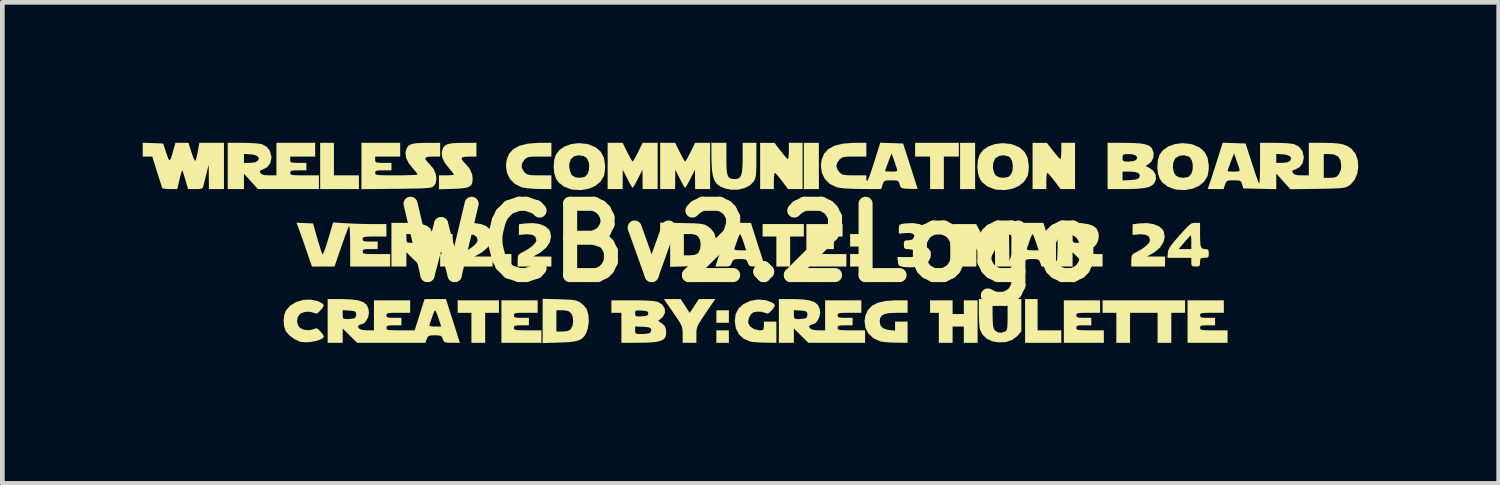
<source format=kicad_pcb>
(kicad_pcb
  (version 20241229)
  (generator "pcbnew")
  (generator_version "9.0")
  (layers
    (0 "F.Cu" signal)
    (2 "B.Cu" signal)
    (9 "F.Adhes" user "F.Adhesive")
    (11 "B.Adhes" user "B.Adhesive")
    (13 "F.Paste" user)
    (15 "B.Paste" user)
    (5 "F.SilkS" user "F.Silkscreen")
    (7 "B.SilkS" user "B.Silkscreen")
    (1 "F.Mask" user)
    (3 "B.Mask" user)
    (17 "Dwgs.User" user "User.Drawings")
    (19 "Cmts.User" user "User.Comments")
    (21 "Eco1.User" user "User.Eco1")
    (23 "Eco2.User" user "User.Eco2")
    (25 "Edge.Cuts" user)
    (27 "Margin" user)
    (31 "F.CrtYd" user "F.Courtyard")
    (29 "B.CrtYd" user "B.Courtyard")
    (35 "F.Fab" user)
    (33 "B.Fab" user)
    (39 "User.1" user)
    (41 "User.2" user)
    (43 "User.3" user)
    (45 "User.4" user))
  (footprint "WCBv2.2Logo"
    (layer "F.Cu")
    (at 12.98 2.139)
    (property "Reference" "WCBv2.2Logo" (at 0 0 0) (layer "F.SilkS") (effects (font (size 1.524 1.524) (thickness 0.3))))
    (attr board_only exclude_from_pos_files exclude_from_bom)
    (fp_poly (pts (xy -6.357 0.08) (xy -6.624 0.08) (xy -6.624 -0.187) (xy -6.357 -0.187)) (stroke (width 0) (type solid)) (fill yes) (layer "F.SilkS"))
    (fp_poly (pts (xy -6.357 0.507) (xy -6.624 0.507) (xy -6.624 0.24) (xy -6.357 0.24)) (stroke (width 0) (type solid)) (fill yes) (layer "F.SilkS"))
    (fp_poly (pts (xy -5.101 0.507) (xy -5.368 0.507) (xy -5.368 0.24) (xy -5.101 0.24)) (stroke (width 0) (type solid)) (fill yes) (layer "F.SilkS"))
    (fp_poly (pts (xy -0.454 1.709) (xy -0.721 1.709) (xy -0.721 1.442) (xy -0.454 1.442)) (stroke (width 0) (type solid)) (fill yes) (layer "F.SilkS"))
    (fp_poly (pts (xy -0.454 2.137) (xy -0.721 2.137) (xy -0.721 1.87) (xy -0.454 1.87)) (stroke (width 0) (type solid)) (fill yes) (layer "F.SilkS"))
    (fp_poly (pts (xy 1.469 -1.148) (xy 1.148 -1.148) (xy 1.148 -2.137) (xy 1.469 -2.137)) (stroke (width 0) (type solid)) (fill yes) (layer "F.SilkS"))
    (fp_poly (pts (xy 2.404 0.08) (xy 2.137 0.08) (xy 2.137 -0.187) (xy 2.404 -0.187)) (stroke (width 0) (type solid)) (fill yes) (layer "F.SilkS"))
    (fp_poly (pts (xy 2.404 0.507) (xy 2.137 0.507) (xy 2.137 0.24) (xy 2.404 0.24)) (stroke (width 0) (type solid)) (fill yes) (layer "F.SilkS"))
    (fp_poly (pts (xy 4.808 -1.148) (xy 4.487 -1.148) (xy 4.487 -2.137) (xy 4.808 -2.137)) (stroke (width 0) (type solid)) (fill yes) (layer "F.SilkS"))
    (fp_poly (pts (xy -8.894 -1.442) (xy -8.36 -1.442) (xy -8.36 -1.148) (xy -9.188 -1.148) (xy -9.188 -2.137) (xy -8.894 -2.137)) (stroke (width 0) (type solid)) (fill yes) (layer "F.SilkS"))
    (fp_poly (pts (xy 6.143 1.87) (xy 6.65 1.87) (xy 6.65 2.137) (xy 5.876 2.137) (xy 5.876 1.202) (xy 6.143 1.202)) (stroke (width 0) (type solid)) (fill yes) (layer "F.SilkS"))
    (fp_poly (pts (xy -5.368 1.496) (xy -5.662 1.496) (xy -5.662 2.137) (xy -5.956 2.137) (xy -5.956 1.496) (xy -6.25 1.496) (xy -6.25 1.229) (xy -5.368 1.229)) (stroke (width 0) (type solid)) (fill yes) (layer "F.SilkS"))
    (fp_poly (pts (xy 1.148 -0.134) (xy 0.855 -0.134) (xy 0.855 0.507) (xy 0.561 0.507) (xy 0.561 -0.134) (xy 0.267 -0.134) (xy 0.267 -0.401) (xy 1.148 -0.401)) (stroke (width 0) (type solid)) (fill yes) (layer "F.SilkS"))
    (fp_poly (pts (xy 4.46 -1.843) (xy 4.14 -1.843) (xy 4.14 -1.148) (xy 3.846 -1.148) (xy 3.846 -1.843) (xy 3.526 -1.843) (xy 3.526 -2.137) (xy 4.46 -2.137)) (stroke (width 0) (type solid)) (fill yes) (layer "F.SilkS"))
    (fp_poly (pts (xy 9.295 1.496) (xy 9.001 1.496) (xy 9.001 2.137) (xy 8.707 2.137) (xy 8.707 1.496) (xy 8.119 1.496) (xy 8.119 2.137) (xy 7.826 2.137) (xy 7.826 1.496) (xy 7.532 1.496) (xy 7.532 1.229) (xy 9.295 1.229)) (stroke (width 0) (type solid)) (fill yes) (layer "F.SilkS"))
    (fp_poly (pts (xy 4.327 1.522) (xy 4.567 1.522) (xy 4.567 1.229) (xy 4.861 1.229) (xy 4.861 2.137) (xy 4.567 2.137) (xy 4.567 1.789) (xy 4.327 1.789) (xy 4.327 2.137) (xy 4.033 2.137) (xy 4.033 1.496) (xy 3.846 1.496) (xy 3.846 1.229) (xy 4.327 1.229)) (stroke (width 0) (type solid)) (fill yes) (layer "F.SilkS"))
    (fp_poly (pts (xy 1.122 -1.148) (xy 0.811 -1.148) (xy 0.68 -1.322) (xy 0.617 -1.403) (xy 0.565 -1.463) (xy 0.533 -1.494) (xy 0.528 -1.496) (xy 0.518 -1.471) (xy 0.51 -1.408) (xy 0.507 -1.322) (xy 0.507 -1.148) (xy 0.214 -1.148) (xy 0.214 -2.137) (xy 0.521 -2.135) (xy 0.654 -1.962) (xy 0.718 -1.882) (xy 0.771 -1.822) (xy 0.803 -1.791) (xy 0.808 -1.789) (xy 0.818 -1.814) (xy 0.825 -1.878) (xy 0.828 -1.963) (xy 0.828 -2.137) (xy 1.122 -2.137)) (stroke (width 0) (type solid)) (fill yes) (layer "F.SilkS"))
    (fp_poly (pts (xy 6.944 -1.148) (xy 6.634 -1.148) (xy 6.503 -1.322) (xy 6.439 -1.403) (xy 6.387 -1.463) (xy 6.355 -1.494) (xy 6.351 -1.496) (xy 6.34 -1.471) (xy 6.333 -1.408) (xy 6.33 -1.322) (xy 6.33 -1.148) (xy 6.036 -1.148) (xy 6.036 -2.137) (xy 6.19 -2.136) (xy 6.343 -2.135) (xy 6.477 -1.962) (xy 6.541 -1.882) (xy 6.593 -1.822) (xy 6.626 -1.791) (xy 6.63 -1.789) (xy 6.64 -1.814) (xy 6.648 -1.878) (xy 6.65 -1.963) (xy 6.65 -2.137) (xy 6.944 -2.137)) (stroke (width 0) (type solid)) (fill yes) (layer "F.SilkS"))
    (fp_poly (pts (xy -0.947 1.499) (xy -1.028 1.619) (xy -1.084 1.707) (xy -1.119 1.772) (xy -1.138 1.827) (xy -1.147 1.881) (xy -1.148 1.947) (xy -1.148 1.966) (xy -1.148 2.137) (xy -1.442 2.137) (xy -1.442 1.96) (xy -1.443 1.888) (xy -1.449 1.83) (xy -1.464 1.777) (xy -1.495 1.716) (xy -1.544 1.637) (xy -1.618 1.529) (xy -1.642 1.493) (xy -1.842 1.202) (xy -1.662 1.202) (xy -1.482 1.203) (xy -1.387 1.35) (xy -1.291 1.498) (xy -1.193 1.35) (xy -1.095 1.202) (xy -0.745 1.202)) (stroke (width 0) (type solid)) (fill yes) (layer "F.SilkS"))
    (fp_poly (pts (xy -4.54 1.496) (xy -4.794 1.496) (xy -4.912 1.496) (xy -4.987 1.5) (xy -5.027 1.509) (xy -5.045 1.525) (xy -5.048 1.549) (xy -5.042 1.579) (xy -5.016 1.595) (xy -4.959 1.602) (xy -4.888 1.603) (xy -4.727 1.603) (xy -4.727 1.763) (xy -4.888 1.763) (xy -4.977 1.765) (xy -5.026 1.773) (xy -5.045 1.793) (xy -5.048 1.816) (xy -5.045 1.84) (xy -5.028 1.855) (xy -4.99 1.864) (xy -4.92 1.868) (xy -4.81 1.87) (xy -4.754 1.87) (xy -4.46 1.87) (xy -4.46 2.137) (xy -5.315 2.137) (xy -5.315 1.229) (xy -4.54 1.229)) (stroke (width 0) (type solid)) (fill yes) (layer "F.SilkS"))
    (fp_poly (pts (xy 1.976 -0.134) (xy 1.723 -0.134) (xy 1.605 -0.133) (xy 1.53 -0.129) (xy 1.49 -0.12) (xy 1.472 -0.104) (xy 1.469 -0.08) (xy 1.475 -0.05) (xy 1.501 -0.034) (xy 1.558 -0.028) (xy 1.629 -0.027) (xy 1.789 -0.027) (xy 1.789 0.134) (xy 1.629 0.134) (xy 1.54 0.135) (xy 1.491 0.144) (xy 1.472 0.163) (xy 1.469 0.187) (xy 1.472 0.21) (xy 1.489 0.226) (xy 1.527 0.235) (xy 1.597 0.239) (xy 1.707 0.24) (xy 1.763 0.24) (xy 2.057 0.24) (xy 2.057 0.507) (xy 1.202 0.507) (xy 1.202 -0.401) (xy 1.976 -0.401)) (stroke (width 0) (type solid)) (fill yes) (layer "F.SilkS"))
    (fp_poly (pts (xy 7.478 1.496) (xy 7.225 1.496) (xy 7.107 1.496) (xy 7.032 1.5) (xy 6.992 1.509) (xy 6.974 1.525) (xy 6.971 1.549) (xy 6.977 1.579) (xy 7.003 1.595) (xy 7.06 1.602) (xy 7.131 1.603) (xy 7.291 1.603) (xy 7.291 1.763) (xy 7.131 1.763) (xy 7.042 1.765) (xy 6.993 1.773) (xy 6.974 1.793) (xy 6.971 1.816) (xy 6.974 1.84) (xy 6.991 1.855) (xy 7.029 1.864) (xy 7.099 1.868) (xy 7.209 1.87) (xy 7.265 1.87) (xy 7.559 1.87) (xy 7.559 2.137) (xy 6.704 2.137) (xy 6.704 1.229) (xy 7.478 1.229)) (stroke (width 0) (type solid)) (fill yes) (layer "F.SilkS"))
    (fp_poly (pts (xy 10.123 1.496) (xy 9.869 1.496) (xy 9.751 1.496) (xy 9.677 1.5) (xy 9.636 1.509) (xy 9.619 1.525) (xy 9.615 1.549) (xy 9.621 1.579) (xy 9.647 1.595) (xy 9.704 1.602) (xy 9.775 1.603) (xy 9.936 1.603) (xy 9.936 1.763) (xy 9.775 1.763) (xy 9.686 1.765) (xy 9.638 1.773) (xy 9.618 1.793) (xy 9.615 1.816) (xy 9.619 1.84) (xy 9.635 1.855) (xy 9.673 1.864) (xy 9.743 1.868) (xy 9.854 1.87) (xy 9.909 1.87) (xy 10.203 1.87) (xy 10.203 2.137) (xy 9.348 2.137) (xy 9.348 1.229) (xy 10.123 1.229)) (stroke (width 0) (type solid)) (fill yes) (layer "F.SilkS"))
    (fp_poly (pts (xy -2.625 -1.936) (xy -2.578 -1.845) (xy -2.539 -1.775) (xy -2.515 -1.739) (xy -2.511 -1.736) (xy -2.493 -1.758) (xy -2.458 -1.818) (xy -2.413 -1.903) (xy -2.397 -1.936) (xy -2.297 -2.137) (xy -1.976 -2.137) (xy -1.976 -1.148) (xy -2.297 -1.148) (xy -2.299 -1.355) (xy -2.3 -1.562) (xy -2.398 -1.369) (xy -2.445 -1.279) (xy -2.483 -1.212) (xy -2.507 -1.177) (xy -2.511 -1.175) (xy -2.529 -1.197) (xy -2.564 -1.256) (xy -2.609 -1.34) (xy -2.623 -1.369) (xy -2.721 -1.562) (xy -2.723 -1.355) (xy -2.724 -1.148) (xy -3.045 -1.148) (xy -3.045 -2.137) (xy -2.724 -2.137)) (stroke (width 0) (type solid)) (fill yes) (layer "F.SilkS"))
    (fp_poly (pts (xy -1.503 -1.936) (xy -1.456 -1.845) (xy -1.417 -1.775) (xy -1.393 -1.739) (xy -1.389 -1.736) (xy -1.371 -1.758) (xy -1.336 -1.818) (xy -1.292 -1.903) (xy -1.275 -1.936) (xy -1.176 -2.137) (xy -0.855 -2.137) (xy -0.855 -1.148) (xy -1.175 -1.148) (xy -1.177 -1.355) (xy -1.178 -1.562) (xy -1.276 -1.369) (xy -1.323 -1.279) (xy -1.362 -1.212) (xy -1.386 -1.177) (xy -1.389 -1.175) (xy -1.407 -1.197) (xy -1.442 -1.256) (xy -1.487 -1.34) (xy -1.502 -1.369) (xy -1.599 -1.562) (xy -1.601 -1.355) (xy -1.603 -1.148) (xy -1.923 -1.148) (xy -1.923 -2.137) (xy -1.602 -2.137)) (stroke (width 0) (type solid)) (fill yes) (layer "F.SilkS"))
    (fp_poly (pts (xy -5.75 -0.401) (xy -5.632 -0.353) (xy -5.551 -0.281) (xy -5.529 -0.242) (xy -5.509 -0.128) (xy -5.537 -0.011) (xy -5.61 0.1) (xy -5.724 0.199) (xy -5.794 0.241) (xy -5.889 0.291) (xy -5.696 0.293) (xy -5.502 0.294) (xy -5.502 0.507) (xy -6.223 0.507) (xy -6.223 0.379) (xy -6.22 0.3) (xy -6.203 0.255) (xy -6.159 0.221) (xy -6.109 0.195) (xy -5.999 0.133) (xy -5.907 0.065) (xy -5.845 -0.000487) (xy -5.823 -0.054) (xy -5.844 -0.128) (xy -5.91 -0.171) (xy -6.018 -0.183) (xy -6.054 -0.181) (xy -6.196 -0.169) (xy -6.196 -0.396) (xy -6.063 -0.414) (xy -5.897 -0.422)) (stroke (width 0) (type solid)) (fill yes) (layer "F.SilkS"))
    (fp_poly (pts (xy -4.495 -0.401) (xy -4.377 -0.353) (xy -4.296 -0.281) (xy -4.274 -0.242) (xy -4.254 -0.128) (xy -4.282 -0.011) (xy -4.355 0.1) (xy -4.469 0.199) (xy -4.539 0.241) (xy -4.634 0.291) (xy -4.44 0.293) (xy -4.247 0.294) (xy -4.247 0.507) (xy -4.968 0.507) (xy -4.968 0.379) (xy -4.965 0.3) (xy -4.948 0.255) (xy -4.904 0.221) (xy -4.853 0.195) (xy -4.743 0.133) (xy -4.652 0.065) (xy -4.59 -0.000487) (xy -4.567 -0.054) (xy -4.589 -0.128) (xy -4.654 -0.171) (xy -4.763 -0.183) (xy -4.799 -0.181) (xy -4.941 -0.169) (xy -4.941 -0.396) (xy -4.808 -0.414) (xy -4.642 -0.422)) (stroke (width 0) (type solid)) (fill yes) (layer "F.SilkS"))
    (fp_poly (pts (xy 8.619 -0.401) (xy 8.737 -0.353) (xy 8.818 -0.281) (xy 8.84 -0.242) (xy 8.86 -0.128) (xy 8.832 -0.011) (xy 8.759 0.1) (xy 8.645 0.199) (xy 8.575 0.241) (xy 8.48 0.291) (xy 8.674 0.293) (xy 8.867 0.294) (xy 8.867 0.507) (xy 8.146 0.507) (xy 8.146 0.379) (xy 8.149 0.3) (xy 8.166 0.255) (xy 8.21 0.221) (xy 8.261 0.195) (xy 8.371 0.133) (xy 8.462 0.065) (xy 8.524 -0.000487) (xy 8.547 -0.054) (xy 8.525 -0.128) (xy 8.459 -0.171) (xy 8.351 -0.183) (xy 8.315 -0.181) (xy 8.173 -0.169) (xy 8.173 -0.396) (xy 8.306 -0.414) (xy 8.472 -0.422)) (stroke (width 0) (type solid)) (fill yes) (layer "F.SilkS"))
    (fp_poly (pts (xy 3.365 1.496) (xy 3.128 1.496) (xy 2.978 1.502) (xy 2.873 1.522) (xy 2.808 1.559) (xy 2.776 1.617) (xy 2.769 1.68) (xy 2.786 1.768) (xy 2.841 1.825) (xy 2.939 1.858) (xy 2.975 1.863) (xy 3.098 1.877) (xy 3.098 1.683) (xy 3.365 1.683) (xy 3.365 2.137) (xy 3.118 2.134) (xy 2.996 2.13) (xy 2.884 2.122) (xy 2.8 2.11) (xy 2.779 2.105) (xy 2.636 2.04) (xy 2.529 1.941) (xy 2.464 1.816) (xy 2.445 1.672) (xy 2.461 1.562) (xy 2.514 1.44) (xy 2.602 1.346) (xy 2.729 1.281) (xy 2.898 1.242) (xy 3.112 1.229) (xy 3.13 1.229) (xy 3.365 1.229)) (stroke (width 0) (type solid)) (fill yes) (layer "F.SilkS"))
    (fp_poly (pts (xy 5.181 1.503) (xy 5.184 1.649) (xy 5.19 1.752) (xy 5.203 1.82) (xy 5.223 1.863) (xy 5.223 1.864) (xy 5.287 1.912) (xy 5.372 1.921) (xy 5.45 1.895) (xy 5.472 1.879) (xy 5.487 1.852) (xy 5.496 1.804) (xy 5.5 1.726) (xy 5.502 1.609) (xy 5.502 1.535) (xy 5.502 1.202) (xy 5.796 1.202) (xy 5.796 1.894) (xy 5.716 1.986) (xy 5.603 2.074) (xy 5.462 2.122) (xy 5.299 2.127) (xy 5.174 2.104) (xy 5.057 2.05) (xy 4.965 1.961) (xy 4.911 1.85) (xy 4.905 1.825) (xy 4.898 1.752) (xy 4.892 1.645) (xy 4.888 1.521) (xy 4.888 1.462) (xy 4.888 1.202) (xy 5.181 1.202)) (stroke (width 0) (type solid)) (fill yes) (layer "F.SilkS"))
    (fp_poly (pts (xy -4.247 -1.843) (xy -4.502 -1.843) (xy -4.622 -1.842) (xy -4.702 -1.837) (xy -4.755 -1.825) (xy -4.792 -1.804) (xy -4.822 -1.777) (xy -4.877 -1.692) (xy -4.88 -1.602) (xy -4.83 -1.516) (xy -4.822 -1.508) (xy -4.787 -1.477) (xy -4.748 -1.458) (xy -4.693 -1.447) (xy -4.608 -1.443) (xy -4.502 -1.442) (xy -4.247 -1.442) (xy -4.247 -1.148) (xy -4.507 -1.15) (xy -4.635 -1.155) (xy -4.757 -1.166) (xy -4.854 -1.181) (xy -4.884 -1.188) (xy -5.027 -1.258) (xy -5.132 -1.363) (xy -5.197 -1.496) (xy -5.218 -1.65) (xy -5.203 -1.771) (xy -5.152 -1.902) (xy -5.06 -2.003) (xy -4.928 -2.075) (xy -4.752 -2.119) (xy -4.532 -2.136) (xy -4.496 -2.137) (xy -4.247 -2.137)) (stroke (width 0) (type solid)) (fill yes) (layer "F.SilkS"))
    (fp_poly (pts (xy -5.849 -1.843) (xy -6.009 -1.843) (xy -6.11 -1.838) (xy -6.161 -1.819) (xy -6.163 -1.783) (xy -6.119 -1.726) (xy -6.087 -1.694) (xy -5.99 -1.579) (xy -5.939 -1.46) (xy -5.929 -1.368) (xy -5.936 -1.29) (xy -5.96 -1.234) (xy -6.009 -1.196) (xy -6.091 -1.172) (xy -6.213 -1.159) (xy -6.346 -1.153) (xy -6.65 -1.144) (xy -6.65 -1.442) (xy -6.49 -1.442) (xy -6.406 -1.445) (xy -6.348 -1.451) (xy -6.33 -1.459) (xy -6.346 -1.487) (xy -6.389 -1.54) (xy -6.424 -1.58) (xy -6.523 -1.705) (xy -6.577 -1.815) (xy -6.59 -1.918) (xy -6.582 -1.969) (xy -6.558 -2.034) (xy -6.519 -2.081) (xy -6.457 -2.111) (xy -6.363 -2.128) (xy -6.229 -2.135) (xy -6.136 -2.136) (xy -5.849 -2.137)) (stroke (width 0) (type solid)) (fill yes) (layer "F.SilkS"))
    (fp_poly (pts (xy -0.507 -1.794) (xy -0.505 -1.632) (xy -0.497 -1.516) (xy -0.479 -1.438) (xy -0.449 -1.392) (xy -0.403 -1.369) (xy -0.338 -1.362) (xy -0.327 -1.362) (xy -0.265 -1.369) (xy -0.22 -1.396) (xy -0.189 -1.448) (xy -0.171 -1.533) (xy -0.162 -1.659) (xy -0.16 -1.809) (xy -0.16 -2.137) (xy 0.134 -2.137) (xy 0.133 -1.769) (xy 0.133 -1.617) (xy 0.129 -1.508) (xy 0.122 -1.432) (xy 0.109 -1.377) (xy 0.09 -1.333) (xy 0.079 -1.314) (xy -0.001 -1.23) (xy -0.118 -1.17) (xy -0.257 -1.137) (xy -0.407 -1.135) (xy -0.535 -1.161) (xy -0.633 -1.201) (xy -0.706 -1.253) (xy -0.759 -1.326) (xy -0.795 -1.427) (xy -0.816 -1.562) (xy -0.825 -1.74) (xy -0.827 -1.85) (xy -0.828 -2.137) (xy -0.507 -2.137)) (stroke (width 0) (type solid)) (fill yes) (layer "F.SilkS"))
    (fp_poly (pts (xy -4.08 1.206) (xy -3.931 1.211) (xy -3.824 1.217) (xy -3.749 1.228) (xy -3.693 1.243) (xy -3.647 1.265) (xy -3.629 1.276) (xy -3.555 1.337) (xy -3.496 1.412) (xy -3.488 1.427) (xy -3.455 1.544) (xy -3.448 1.685) (xy -3.468 1.826) (xy -3.497 1.915) (xy -3.538 1.989) (xy -3.588 2.044) (xy -3.656 2.082) (xy -3.751 2.107) (xy -3.881 2.123) (xy -4.054 2.131) (xy -4.08 2.132) (xy -4.434 2.142) (xy -4.434 1.896) (xy -4.14 1.896) (xy -4.01 1.896) (xy -3.913 1.888) (xy -3.851 1.86) (xy -3.833 1.843) (xy -3.794 1.767) (xy -3.781 1.669) (xy -3.794 1.571) (xy -3.83 1.499) (xy -3.882 1.46) (xy -3.959 1.444) (xy -4.01 1.442) (xy -4.14 1.442) (xy -4.14 1.896) (xy -4.434 1.896) (xy -4.434 1.197)) (stroke (width 0) (type solid)) (fill yes) (layer "F.SilkS"))
    (fp_poly (pts (xy -1.462 -0.423) (xy -1.293 -0.419) (xy -1.167 -0.415) (xy -1.077 -0.408) (xy -1.013 -0.399) (xy -0.965 -0.385) (xy -0.925 -0.366) (xy -0.904 -0.353) (xy -0.83 -0.292) (xy -0.772 -0.217) (xy -0.764 -0.203) (xy -0.731 -0.085) (xy -0.724 0.056) (xy -0.743 0.197) (xy -0.773 0.285) (xy -0.814 0.36) (xy -0.864 0.414) (xy -0.932 0.453) (xy -1.026 0.478) (xy -1.156 0.493) (xy -1.33 0.502) (xy -1.355 0.503) (xy -1.709 0.513) (xy -1.709 0.267) (xy -1.416 0.267) (xy -1.286 0.267) (xy -1.189 0.259) (xy -1.127 0.231) (xy -1.108 0.214) (xy -1.07 0.138) (xy -1.057 0.039) (xy -1.069 -0.059) (xy -1.106 -0.131) (xy -1.158 -0.169) (xy -1.234 -0.185) (xy -1.286 -0.187) (xy -1.416 -0.187) (xy -1.416 0.267) (xy -1.709 0.267) (xy -1.709 -0.16) (xy -1.923 -0.16) (xy -1.923 -0.432)) (stroke (width 0) (type solid)) (fill yes) (layer "F.SilkS"))
    (fp_poly (pts (xy 0.336 1.226) (xy 0.46 1.272) (xy 0.514 1.307) (xy 0.529 1.342) (xy 0.504 1.392) (xy 0.459 1.445) (xy 0.407 1.497) (xy 0.369 1.513) (xy 0.328 1.499) (xy 0.327 1.499) (xy 0.243 1.474) (xy 0.142 1.471) (xy 0.068 1.486) (xy 0.015 1.53) (xy -0.025 1.604) (xy -0.041 1.686) (xy -0.037 1.723) (xy 0.005 1.791) (xy 0.084 1.843) (xy 0.184 1.868) (xy 0.212 1.87) (xy 0.267 1.865) (xy 0.289 1.838) (xy 0.294 1.776) (xy 0.294 1.683) (xy 0.561 1.683) (xy 0.561 2.137) (xy 0.327 2.134) (xy 0.208 2.13) (xy 0.099 2.123) (xy 0.018 2.113) (xy 0.003 2.11) (xy -0.134 2.052) (xy -0.239 1.956) (xy -0.305 1.827) (xy -0.328 1.672) (xy -0.328 1.671) (xy -0.309 1.523) (xy -0.249 1.406) (xy -0.148 1.313) (xy 0.003 1.24) (xy 0.169 1.211)) (stroke (width 0) (type solid)) (fill yes) (layer "F.SilkS"))
    (fp_poly (pts (xy -7.16 -0.421) (xy -7.009 -0.399) (xy -6.901 -0.36) (xy -6.831 -0.301) (xy -6.793 -0.22) (xy -6.784 -0.131) (xy -6.798 -0.051) (xy -6.834 0.026) (xy -6.88 0.085) (xy -6.926 0.107) (xy -6.975 0.121) (xy -6.996 0.132) (xy -7.022 0.166) (xy -7.003 0.199) (xy -6.948 0.225) (xy -6.866 0.239) (xy -6.834 0.24) (xy -6.704 0.24) (xy -6.704 0.507) (xy -7.036 0.507) (xy -7.191 0.355) (xy -7.345 0.202) (xy -7.345 0.507) (xy -7.665 0.507) (xy -7.665 -0.19) (xy -7.345 -0.19) (xy -7.345 -0.095) (xy -7.342 -0.035) (xy -7.324 -0.008) (xy -7.275 -0.001) (xy -7.231 -0.000409) (xy -7.152 -0.006) (xy -7.093 -0.019) (xy -7.082 -0.023) (xy -7.058 -0.065) (xy -7.055 -0.11) (xy -7.067 -0.148) (xy -7.096 -0.168) (xy -7.159 -0.178) (xy -7.205 -0.182) (xy -7.345 -0.19) (xy -7.665 -0.19) (xy -7.665 -0.427) (xy -7.357 -0.427)) (stroke (width 0) (type solid)) (fill yes) (layer "F.SilkS"))
    (fp_poly (pts (xy -9.246 1.244) (xy -9.181 1.272) (xy -9.127 1.307) (xy -9.113 1.342) (xy -9.138 1.392) (xy -9.183 1.445) (xy -9.235 1.497) (xy -9.273 1.513) (xy -9.314 1.499) (xy -9.315 1.499) (xy -9.409 1.472) (xy -9.514 1.476) (xy -9.603 1.509) (xy -9.618 1.519) (xy -9.668 1.59) (xy -9.682 1.68) (xy -9.659 1.768) (xy -9.618 1.82) (xy -9.534 1.858) (xy -9.43 1.868) (xy -9.332 1.847) (xy -9.315 1.839) (xy -9.273 1.825) (xy -9.235 1.841) (xy -9.183 1.893) (xy -9.183 1.893) (xy -9.136 1.951) (xy -9.11 1.995) (xy -9.108 2.003) (xy -9.132 2.04) (xy -9.197 2.073) (xy -9.289 2.101) (xy -9.394 2.119) (xy -9.5 2.126) (xy -9.594 2.118) (xy -9.625 2.111) (xy -9.741 2.056) (xy -9.847 1.977) (xy -9.923 1.888) (xy -9.924 1.887) (xy -9.958 1.788) (xy -9.969 1.666) (xy -9.957 1.544) (xy -9.924 1.452) (xy -9.83 1.343) (xy -9.703 1.265) (xy -9.555 1.22) (xy -9.399 1.213)) (stroke (width 0) (type solid)) (fill yes) (layer "F.SilkS"))
    (fp_poly (pts (xy 5.557 -2.114) (xy 5.612 -2.101) (xy 5.761 -2.036) (xy 5.867 -1.94) (xy 5.932 -1.811) (xy 5.956 -1.648) (xy 5.956 -1.629) (xy 5.95 -1.534) (xy 5.935 -1.448) (xy 5.928 -1.424) (xy 5.856 -1.307) (xy 5.746 -1.216) (xy 5.605 -1.155) (xy 5.444 -1.127) (xy 5.271 -1.136) (xy 5.217 -1.147) (xy 5.074 -1.203) (xy 4.961 -1.292) (xy 4.908 -1.369) (xy 4.869 -1.487) (xy 4.858 -1.601) (xy 5.188 -1.601) (xy 5.213 -1.499) (xy 5.249 -1.441) (xy 5.315 -1.402) (xy 5.406 -1.389) (xy 5.498 -1.403) (xy 5.529 -1.416) (xy 5.58 -1.471) (xy 5.609 -1.556) (xy 5.614 -1.655) (xy 5.597 -1.749) (xy 5.557 -1.821) (xy 5.529 -1.843) (xy 5.429 -1.871) (xy 5.329 -1.86) (xy 5.247 -1.811) (xy 5.234 -1.796) (xy 5.195 -1.708) (xy 5.188 -1.601) (xy 4.858 -1.601) (xy 4.856 -1.629) (xy 4.868 -1.771) (xy 4.902 -1.881) (xy 4.978 -1.983) (xy 5.093 -2.061) (xy 5.235 -2.111) (xy 5.393 -2.13)) (stroke (width 0) (type solid)) (fill yes) (layer "F.SilkS"))
    (fp_poly (pts (xy 9.403 -2.114) (xy 9.458 -2.101) (xy 9.607 -2.036) (xy 9.713 -1.94) (xy 9.778 -1.811) (xy 9.802 -1.648) (xy 9.802 -1.629) (xy 9.796 -1.534) (xy 9.781 -1.448) (xy 9.774 -1.424) (xy 9.702 -1.307) (xy 9.592 -1.216) (xy 9.451 -1.155) (xy 9.29 -1.127) (xy 9.117 -1.136) (xy 9.063 -1.147) (xy 8.92 -1.203) (xy 8.807 -1.292) (xy 8.754 -1.369) (xy 8.715 -1.487) (xy 8.704 -1.601) (xy 9.034 -1.601) (xy 9.059 -1.499) (xy 9.095 -1.441) (xy 9.161 -1.402) (xy 9.252 -1.389) (xy 9.344 -1.403) (xy 9.375 -1.416) (xy 9.426 -1.471) (xy 9.455 -1.556) (xy 9.46 -1.655) (xy 9.443 -1.749) (xy 9.403 -1.821) (xy 9.375 -1.843) (xy 9.275 -1.871) (xy 9.175 -1.86) (xy 9.093 -1.811) (xy 9.08 -1.796) (xy 9.041 -1.708) (xy 9.034 -1.601) (xy 8.704 -1.601) (xy 8.702 -1.629) (xy 8.714 -1.771) (xy 8.748 -1.881) (xy 8.824 -1.983) (xy 8.939 -2.061) (xy 9.081 -2.111) (xy 9.239 -2.13)) (stroke (width 0) (type solid)) (fill yes) (layer "F.SilkS"))
    (fp_poly (pts (xy -3.497 -2.114) (xy -3.442 -2.101) (xy -3.293 -2.036) (xy -3.187 -1.94) (xy -3.122 -1.811) (xy -3.098 -1.648) (xy -3.098 -1.629) (xy -3.104 -1.534) (xy -3.119 -1.448) (xy -3.127 -1.424) (xy -3.198 -1.307) (xy -3.309 -1.216) (xy -3.449 -1.155) (xy -3.611 -1.127) (xy -3.783 -1.136) (xy -3.837 -1.147) (xy -3.981 -1.203) (xy -4.093 -1.292) (xy -4.147 -1.369) (xy -4.185 -1.487) (xy -4.198 -1.629) (xy -4.193 -1.687) (xy -3.865 -1.687) (xy -3.865 -1.608) (xy -3.846 -1.523) (xy -3.815 -1.454) (xy -3.805 -1.441) (xy -3.739 -1.402) (xy -3.648 -1.389) (xy -3.556 -1.403) (xy -3.525 -1.416) (xy -3.475 -1.469) (xy -3.445 -1.556) (xy -3.438 -1.656) (xy -3.449 -1.722) (xy -3.489 -1.808) (xy -3.558 -1.855) (xy -3.664 -1.87) (xy -3.669 -1.87) (xy -3.766 -1.847) (xy -3.833 -1.784) (xy -3.865 -1.687) (xy -4.193 -1.687) (xy -4.186 -1.771) (xy -4.152 -1.881) (xy -4.076 -1.983) (xy -3.961 -2.061) (xy -3.819 -2.111) (xy -3.661 -2.13)) (stroke (width 0) (type solid)) (fill yes) (layer "F.SilkS"))
    (fp_poly (pts (xy 0.049 -0.327) (xy 0.069 -0.265) (xy 0.1 -0.165) (xy 0.141 -0.039) (xy 0.185 0.101) (xy 0.198 0.14) (xy 0.315 0.507) (xy 0.147 0.507) (xy 0.055 0.506) (xy 0.001 0.498) (xy -0.027 0.477) (xy -0.046 0.438) (xy -0.049 0.427) (xy -0.07 0.381) (xy -0.099 0.357) (xy -0.154 0.348) (xy -0.22 0.347) (xy -0.304 0.35) (xy -0.351 0.362) (xy -0.377 0.391) (xy -0.392 0.427) (xy -0.413 0.472) (xy -0.44 0.496) (xy -0.49 0.506) (xy -0.578 0.507) (xy -0.583 0.507) (xy -0.742 0.507) (xy -0.619 0.127) (xy -0.338 0.127) (xy -0.33 0.148) (xy -0.279 0.158) (xy -0.218 0.16) (xy -0.085 0.16) (xy -0.141 -0.013) (xy -0.172 -0.1) (xy -0.198 -0.162) (xy -0.214 -0.187) (xy -0.214 -0.187) (xy -0.231 -0.164) (xy -0.257 -0.104) (xy -0.277 -0.047) (xy -0.306 0.037) (xy -0.329 0.103) (xy -0.338 0.127) (xy -0.619 0.127) (xy -0.592 0.041) (xy -0.441 -0.426) (xy -0.211 -0.427) (xy 0.018 -0.427)) (stroke (width 0) (type solid)) (fill yes) (layer "F.SilkS"))
    (fp_poly (pts (xy 9.615 -0.189) (xy 9.617 -0.053) (xy 9.623 0.039) (xy 9.638 0.095) (xy 9.664 0.123) (xy 9.704 0.133) (xy 9.725 0.134) (xy 9.777 0.139) (xy 9.798 0.166) (xy 9.802 0.227) (xy 9.798 0.29) (xy 9.775 0.315) (xy 9.716 0.32) (xy 9.709 0.321) (xy 9.646 0.325) (xy 9.62 0.348) (xy 9.615 0.407) (xy 9.615 0.414) (xy 9.611 0.477) (xy 9.588 0.502) (xy 9.529 0.507) (xy 9.522 0.507) (xy 9.459 0.503) (xy 9.433 0.48) (xy 9.428 0.421) (xy 9.428 0.414) (xy 9.428 0.321) (xy 8.918 0.321) (xy 8.926 0.217) (xy 8.934 0.168) (xy 8.949 0.134) (xy 9.157 0.134) (xy 9.428 0.134) (xy 9.428 -0.013) (xy 9.427 -0.094) (xy 9.422 -0.147) (xy 9.418 -0.16) (xy 9.397 -0.141) (xy 9.351 -0.092) (xy 9.29 -0.022) (xy 9.282 -0.013) (xy 9.157 0.134) (xy 8.949 0.134) (xy 8.956 0.116) (xy 8.997 0.054) (xy 9.062 -0.028) (xy 9.157 -0.138) (xy 9.174 -0.157) (xy 9.272 -0.266) (xy 9.343 -0.341) (xy 9.395 -0.389) (xy 9.437 -0.415) (xy 9.476 -0.425) (xy 9.514 -0.427) (xy 9.615 -0.427)) (stroke (width 0) (type solid)) (fill yes) (layer "F.SilkS"))
    (fp_poly (pts (xy 7.993 -2.137) (xy 8.187 -2.133) (xy 8.336 -2.124) (xy 8.445 -2.105) (xy 8.521 -2.077) (xy 8.572 -2.038) (xy 8.589 -2.017) (xy 8.624 -1.921) (xy 8.617 -1.82) (xy 8.572 -1.732) (xy 8.532 -1.696) (xy 8.45 -1.641) (xy 8.532 -1.602) (xy 8.617 -1.538) (xy 8.667 -1.453) (xy 8.672 -1.361) (xy 8.671 -1.355) (xy 8.644 -1.287) (xy 8.599 -1.234) (xy 8.53 -1.196) (xy 8.429 -1.171) (xy 8.29 -1.156) (xy 8.108 -1.149) (xy 8.006 -1.149) (xy 7.639 -1.148) (xy 7.639 -1.333) (xy 7.959 -1.333) (xy 8.123 -1.341) (xy 8.23 -1.351) (xy 8.293 -1.372) (xy 8.315 -1.393) (xy 8.33 -1.45) (xy 8.295 -1.491) (xy 8.214 -1.516) (xy 8.116 -1.522) (xy 7.959 -1.522) (xy 7.959 -1.333) (xy 7.639 -1.333) (xy 7.639 -1.816) (xy 7.959 -1.816) (xy 7.962 -1.768) (xy 7.981 -1.745) (xy 8.028 -1.737) (xy 8.089 -1.736) (xy 8.19 -1.746) (xy 8.25 -1.772) (xy 8.253 -1.776) (xy 8.272 -1.826) (xy 8.244 -1.865) (xy 8.173 -1.89) (xy 8.089 -1.896) (xy 8.012 -1.894) (xy 7.973 -1.883) (xy 7.96 -1.854) (xy 7.959 -1.816) (xy 7.639 -1.816) (xy 7.639 -2.137)) (stroke (width 0) (type solid)) (fill yes) (layer "F.SilkS"))
    (fp_poly (pts (xy -12.762 -2.131) (xy -12.544 -2.123) (xy -12.478 -1.924) (xy -12.445 -1.828) (xy -12.421 -1.776) (xy -12.4 -1.768) (xy -12.378 -1.806) (xy -12.35 -1.893) (xy -12.325 -1.983) (xy -12.282 -2.137) (xy -12.002 -2.137) (xy -11.939 -1.937) (xy -11.908 -1.846) (xy -11.879 -1.78) (xy -11.86 -1.751) (xy -11.857 -1.751) (xy -11.843 -1.781) (xy -11.824 -1.85) (xy -11.805 -1.943) (xy -11.803 -1.95) (xy -11.77 -2.137) (xy -11.244 -2.137) (xy -11.244 -1.148) (xy -11.565 -1.148) (xy -11.568 -1.409) (xy -11.571 -1.669) (xy -11.62 -1.469) (xy -11.646 -1.364) (xy -11.669 -1.272) (xy -11.684 -1.213) (xy -11.685 -1.209) (xy -11.699 -1.175) (xy -11.729 -1.156) (xy -11.789 -1.149) (xy -11.855 -1.148) (xy -12.011 -1.148) (xy -12.069 -1.349) (xy -12.097 -1.443) (xy -12.121 -1.513) (xy -12.136 -1.548) (xy -12.138 -1.549) (xy -12.148 -1.525) (xy -12.167 -1.462) (xy -12.19 -1.371) (xy -12.195 -1.349) (xy -12.242 -1.148) (xy -12.396 -1.148) (xy -12.481 -1.152) (xy -12.541 -1.16) (xy -12.561 -1.169) (xy -12.572 -1.2) (xy -12.596 -1.273) (xy -12.629 -1.376) (xy -12.668 -1.498) (xy -12.674 -1.516) (xy -12.776 -1.843) (xy -12.98 -1.843) (xy -12.98 -2.139)) (stroke (width 0) (type solid)) (fill yes) (layer "F.SilkS"))
    (fp_poly (pts (xy 3.615 -0.401) (xy 3.729 -0.355) (xy 3.808 -0.286) (xy 3.844 -0.198) (xy 3.846 -0.172) (xy 3.829 -0.095) (xy 3.786 -0.025) (xy 3.731 0.019) (xy 3.701 0.027) (xy 3.702 0.039) (xy 3.74 0.068) (xy 3.759 0.079) (xy 3.821 0.132) (xy 3.859 0.193) (xy 3.862 0.2) (xy 3.861 0.297) (xy 3.819 0.391) (xy 3.746 0.463) (xy 3.731 0.472) (xy 3.642 0.501) (xy 3.522 0.519) (xy 3.392 0.524) (xy 3.273 0.515) (xy 3.258 0.512) (xy 3.195 0.494) (xy 3.167 0.459) (xy 3.157 0.398) (xy 3.149 0.303) (xy 3.331 0.305) (xy 3.427 0.305) (xy 3.482 0.299) (xy 3.509 0.283) (xy 3.52 0.254) (xy 3.521 0.243) (xy 3.513 0.181) (xy 3.464 0.145) (xy 3.372 0.134) (xy 3.314 0.129) (xy 3.29 0.104) (xy 3.285 0.043) (xy 3.285 0.04) (xy 3.289 -0.023) (xy 3.313 -0.048) (xy 3.37 -0.053) (xy 3.375 -0.053) (xy 3.457 -0.067) (xy 3.506 -0.101) (xy 3.513 -0.148) (xy 3.496 -0.176) (xy 3.459 -0.202) (xy 3.394 -0.211) (xy 3.32 -0.208) (xy 3.178 -0.196) (xy 3.178 -0.296) (xy 3.181 -0.356) (xy 3.197 -0.387) (xy 3.242 -0.403) (xy 3.309 -0.414) (xy 3.473 -0.422)) (stroke (width 0) (type solid)) (fill yes) (layer "F.SilkS"))
    (fp_poly (pts (xy -9.295 -1.843) (xy -9.829 -1.843) (xy -9.829 -1.776) (xy -9.826 -1.74) (xy -9.809 -1.72) (xy -9.765 -1.712) (xy -9.684 -1.709) (xy -9.655 -1.709) (xy -9.482 -1.709) (xy -9.482 -1.549) (xy -9.655 -1.549) (xy -9.749 -1.547) (xy -9.802 -1.54) (xy -9.824 -1.523) (xy -9.829 -1.496) (xy -9.826 -1.473) (xy -9.81 -1.458) (xy -9.772 -1.448) (xy -9.704 -1.444) (xy -9.597 -1.442) (xy -9.522 -1.442) (xy -9.215 -1.442) (xy -9.215 -1.148) (xy -10.519 -1.148) (xy -10.668 -1.313) (xy -10.817 -1.478) (xy -10.817 -1.148) (xy -11.164 -1.148) (xy -11.164 -1.899) (xy -10.817 -1.899) (xy -10.817 -1.709) (xy -10.687 -1.709) (xy -10.58 -1.72) (xy -10.521 -1.752) (xy -10.498 -1.806) (xy -10.525 -1.85) (xy -10.596 -1.88) (xy -10.68 -1.891) (xy -10.817 -1.899) (xy -11.164 -1.899) (xy -11.164 -2.137) (xy -10.85 -2.137) (xy -10.715 -2.134) (xy -10.59 -2.128) (xy -10.491 -2.118) (xy -10.438 -2.109) (xy -10.332 -2.054) (xy -10.261 -1.963) (xy -10.23 -1.842) (xy -10.229 -1.818) (xy -10.253 -1.704) (xy -10.32 -1.616) (xy -10.42 -1.563) (xy -10.426 -1.561) (xy -10.472 -1.543) (xy -10.474 -1.515) (xy -10.462 -1.493) (xy -10.431 -1.463) (xy -10.378 -1.447) (xy -10.287 -1.442) (xy -10.276 -1.442) (xy -10.123 -1.442) (xy -10.123 -2.137) (xy -9.295 -2.137)) (stroke (width 0) (type solid)) (fill yes) (layer "F.SilkS"))
    (fp_poly (pts (xy -7.478 -1.843) (xy -8.013 -1.843) (xy -8.013 -1.776) (xy -8.01 -1.74) (xy -7.992 -1.72) (xy -7.949 -1.712) (xy -7.867 -1.709) (xy -7.839 -1.709) (xy -7.665 -1.709) (xy -7.665 -1.549) (xy -7.839 -1.549) (xy -7.933 -1.547) (xy -7.985 -1.54) (xy -8.008 -1.523) (xy -8.013 -1.496) (xy -8.01 -1.476) (xy -7.998 -1.462) (xy -7.969 -1.453) (xy -7.915 -1.447) (xy -7.829 -1.444) (xy -7.703 -1.442) (xy -7.559 -1.442) (xy -7.41 -1.443) (xy -7.281 -1.446) (xy -7.182 -1.45) (xy -7.121 -1.455) (xy -7.105 -1.459) (xy -7.121 -1.487) (xy -7.163 -1.54) (xy -7.199 -1.58) (xy -7.298 -1.705) (xy -7.352 -1.815) (xy -7.365 -1.918) (xy -7.356 -1.969) (xy -7.333 -2.034) (xy -7.294 -2.081) (xy -7.232 -2.111) (xy -7.138 -2.128) (xy -7.004 -2.135) (xy -6.911 -2.136) (xy -6.624 -2.137) (xy -6.624 -1.843) (xy -6.784 -1.843) (xy -6.885 -1.838) (xy -6.935 -1.819) (xy -6.938 -1.783) (xy -6.894 -1.726) (xy -6.862 -1.694) (xy -6.764 -1.579) (xy -6.714 -1.46) (xy -6.704 -1.368) (xy -6.72 -1.269) (xy -6.76 -1.213) (xy -6.78 -1.198) (xy -6.807 -1.186) (xy -6.847 -1.177) (xy -6.907 -1.17) (xy -6.992 -1.164) (xy -7.11 -1.161) (xy -7.266 -1.158) (xy -7.467 -1.155) (xy -7.561 -1.154) (xy -8.306 -1.146) (xy -8.306 -2.137) (xy -7.478 -2.137)) (stroke (width 0) (type solid)) (fill yes) (layer "F.SilkS"))
    (fp_poly (pts (xy -2.317 1.23) (xy -2.17 1.235) (xy -2.064 1.244) (xy -1.992 1.257) (xy -1.964 1.266) (xy -1.874 1.326) (xy -1.824 1.405) (xy -1.819 1.492) (xy -1.859 1.575) (xy -1.891 1.607) (xy -1.965 1.669) (xy -1.884 1.723) (xy -1.827 1.774) (xy -1.801 1.839) (xy -1.795 1.888) (xy -1.796 1.967) (xy -1.817 2.027) (xy -1.863 2.072) (xy -1.94 2.103) (xy -2.053 2.123) (xy -2.208 2.133) (xy -2.41 2.136) (xy -2.424 2.136) (xy -2.751 2.137) (xy -2.751 1.787) (xy -2.457 1.787) (xy -2.457 1.868) (xy -2.455 1.916) (xy -2.438 1.94) (xy -2.394 1.948) (xy -2.317 1.949) (xy -2.23 1.945) (xy -2.163 1.934) (xy -2.141 1.926) (xy -2.115 1.884) (xy -2.114 1.853) (xy -2.129 1.824) (xy -2.166 1.807) (xy -2.238 1.798) (xy -2.291 1.795) (xy -2.457 1.787) (xy -2.751 1.787) (xy -2.751 1.509) (xy -2.457 1.509) (xy -2.454 1.549) (xy -2.435 1.569) (xy -2.388 1.574) (xy -2.317 1.571) (xy -2.234 1.563) (xy -2.192 1.548) (xy -2.177 1.522) (xy -2.177 1.509) (xy -2.184 1.477) (xy -2.216 1.459) (xy -2.284 1.45) (xy -2.317 1.448) (xy -2.398 1.444) (xy -2.44 1.451) (xy -2.455 1.474) (xy -2.457 1.509) (xy -2.751 1.509) (xy -2.751 1.496) (xy -2.965 1.496) (xy -2.965 1.229) (xy -2.51 1.229)) (stroke (width 0) (type solid)) (fill yes) (layer "F.SilkS"))
    (fp_poly (pts (xy -8.631 -0.418) (xy -8.474 -0.41) (xy -8.293 -0.404) (xy -8.121 -0.401) (xy -8.062 -0.401) (xy -7.772 -0.401) (xy -7.772 -0.134) (xy -8.026 -0.134) (xy -8.144 -0.133) (xy -8.218 -0.129) (xy -8.259 -0.12) (xy -8.276 -0.104) (xy -8.28 -0.08) (xy -8.274 -0.05) (xy -8.248 -0.034) (xy -8.19 -0.028) (xy -8.119 -0.027) (xy -7.959 -0.027) (xy -7.959 0.134) (xy -8.119 0.134) (xy -8.209 0.135) (xy -8.257 0.144) (xy -8.277 0.163) (xy -8.28 0.187) (xy -8.276 0.21) (xy -8.26 0.226) (xy -8.222 0.235) (xy -8.152 0.239) (xy -8.041 0.24) (xy -7.986 0.24) (xy -7.692 0.24) (xy -7.692 0.507) (xy -8.547 0.507) (xy -8.547 0.061) (xy -8.548 -0.087) (xy -8.552 -0.21) (xy -8.557 -0.301) (xy -8.564 -0.352) (xy -8.57 -0.359) (xy -8.586 -0.327) (xy -8.615 -0.252) (xy -8.655 -0.145) (xy -8.702 -0.014) (xy -8.737 0.087) (xy -8.881 0.507) (xy -9.122 0.507) (xy -9.364 0.507) (xy -9.481 0.167) (xy -9.529 0.027) (xy -9.575 -0.106) (xy -9.616 -0.219) (xy -9.645 -0.297) (xy -9.646 -0.302) (xy -9.695 -0.43) (xy -9.518 -0.422) (xy -9.34 -0.414) (xy -9.249 -0.093) (xy -9.212 0.03) (xy -9.18 0.135) (xy -9.154 0.211) (xy -9.139 0.246) (xy -9.138 0.247) (xy -9.124 0.23) (xy -9.099 0.171) (xy -9.066 0.077) (xy -9.028 -0.042) (xy -9.015 -0.084) (xy -8.911 -0.435)) (stroke (width 0) (type solid)) (fill yes) (layer "F.SilkS"))
    (fp_poly (pts (xy 1.12 1.209) (xy 1.271 1.23) (xy 1.379 1.269) (xy 1.449 1.328) (xy 1.486 1.409) (xy 1.496 1.498) (xy 1.482 1.578) (xy 1.446 1.656) (xy 1.399 1.714) (xy 1.354 1.736) (xy 1.304 1.75) (xy 1.284 1.761) (xy 1.259 1.788) (xy 1.278 1.825) (xy 1.28 1.828) (xy 1.333 1.857) (xy 1.431 1.869) (xy 1.459 1.87) (xy 1.603 1.87) (xy 1.603 1.229) (xy 2.377 1.229) (xy 2.377 1.496) (xy 2.123 1.496) (xy 2.005 1.496) (xy 1.931 1.5) (xy 1.89 1.509) (xy 1.873 1.525) (xy 1.87 1.549) (xy 1.875 1.579) (xy 1.901 1.595) (xy 1.959 1.602) (xy 2.03 1.603) (xy 2.19 1.603) (xy 2.19 1.763) (xy 2.03 1.763) (xy 1.94 1.765) (xy 1.892 1.773) (xy 1.873 1.793) (xy 1.87 1.816) (xy 1.873 1.84) (xy 1.889 1.855) (xy 1.928 1.864) (xy 1.998 1.868) (xy 2.108 1.87) (xy 2.163 1.87) (xy 2.457 1.87) (xy 2.457 2.137) (xy 1.244 2.137) (xy 0.935 1.831) (xy 0.935 2.137) (xy 0.614 2.137) (xy 0.614 1.439) (xy 0.935 1.439) (xy 0.935 1.534) (xy 0.938 1.594) (xy 0.956 1.621) (xy 1.005 1.629) (xy 1.048 1.629) (xy 1.128 1.623) (xy 1.187 1.611) (xy 1.198 1.606) (xy 1.222 1.564) (xy 1.224 1.519) (xy 1.213 1.481) (xy 1.183 1.461) (xy 1.121 1.451) (xy 1.075 1.448) (xy 0.935 1.439) (xy 0.614 1.439) (xy 0.614 1.202) (xy 0.922 1.202)) (stroke (width 0) (type solid)) (fill yes) (layer "F.SilkS"))
    (fp_poly (pts (xy 3.025 -2.131) (xy 3.269 -2.123) (xy 3.424 -1.643) (xy 3.472 -1.492) (xy 3.514 -1.36) (xy 3.548 -1.254) (xy 3.57 -1.183) (xy 3.578 -1.154) (xy 3.579 -1.154) (xy 3.554 -1.151) (xy 3.491 -1.151) (xy 3.401 -1.154) (xy 3.4 -1.154) (xy 3.304 -1.159) (xy 3.248 -1.169) (xy 3.219 -1.189) (xy 3.202 -1.226) (xy 3.195 -1.249) (xy 3.179 -1.297) (xy 3.155 -1.323) (xy 3.108 -1.334) (xy 3.024 -1.335) (xy 3.016 -1.335) (xy 2.929 -1.334) (xy 2.88 -1.324) (xy 2.853 -1.299) (xy 2.834 -1.249) (xy 2.831 -1.242) (xy 2.8 -1.148) (xy 2.382 -1.15) (xy 2.171 -1.154) (xy 2.005 -1.164) (xy 1.888 -1.179) (xy 1.847 -1.188) (xy 1.704 -1.258) (xy 1.598 -1.363) (xy 1.533 -1.496) (xy 1.512 -1.65) (xy 1.527 -1.771) (xy 1.579 -1.902) (xy 1.67 -2.003) (xy 1.803 -2.075) (xy 1.979 -2.119) (xy 2.199 -2.136) (xy 2.235 -2.137) (xy 2.484 -2.137) (xy 2.484 -1.843) (xy 2.229 -1.843) (xy 2.108 -1.842) (xy 2.028 -1.837) (xy 1.976 -1.825) (xy 1.939 -1.804) (xy 1.908 -1.777) (xy 1.863 -1.712) (xy 1.843 -1.645) (xy 1.843 -1.643) (xy 1.861 -1.576) (xy 1.906 -1.51) (xy 1.908 -1.508) (xy 1.943 -1.477) (xy 1.982 -1.458) (xy 2.038 -1.447) (xy 2.123 -1.443) (xy 2.229 -1.442) (xy 2.484 -1.442) (xy 2.484 -1.37) (xy 2.488 -1.325) (xy 2.501 -1.32) (xy 2.523 -1.358) (xy 2.556 -1.44) (xy 2.588 -1.532) (xy 2.885 -1.532) (xy 2.909 -1.527) (xy 2.97 -1.523) (xy 3.02 -1.522) (xy 3.099 -1.524) (xy 3.136 -1.533) (xy 3.143 -1.556) (xy 3.136 -1.582) (xy 3.116 -1.643) (xy 3.087 -1.728) (xy 3.071 -1.776) (xy 3.024 -1.91) (xy 2.992 -1.83) (xy 2.961 -1.751) (xy 2.93 -1.667) (xy 2.903 -1.592) (xy 2.887 -1.542) (xy 2.885 -1.532) (xy 2.588 -1.532) (xy 2.601 -1.57) (xy 2.657 -1.744) (xy 2.781 -2.139)) (stroke (width 0) (type solid)) (fill yes) (layer "F.SilkS"))
    (fp_poly (pts (xy 7.076 -0.421) (xy 7.227 -0.399) (xy 7.335 -0.36) (xy 7.405 -0.301) (xy 7.442 -0.22) (xy 7.452 -0.131) (xy 7.438 -0.051) (xy 7.402 0.026) (xy 7.355 0.085) (xy 7.31 0.107) (xy 7.26 0.121) (xy 7.24 0.132) (xy 7.214 0.166) (xy 7.232 0.199) (xy 7.287 0.225) (xy 7.37 0.239) (xy 7.402 0.24) (xy 7.532 0.24) (xy 7.532 0.507) (xy 7.2 0.507) (xy 7.045 0.355) (xy 6.891 0.202) (xy 6.891 0.507) (xy 6.228 0.507) (xy 6.2 0.427) (xy 6.18 0.381) (xy 6.151 0.357) (xy 6.096 0.348) (xy 6.03 0.347) (xy 5.946 0.35) (xy 5.899 0.362) (xy 5.873 0.391) (xy 5.857 0.427) (xy 5.827 0.507) (xy 5.235 0.507) (xy 5.234 0.327) (xy 5.232 0.147) (xy 5.137 0.333) (xy 5.041 0.519) (xy 4.939 0.32) (xy 4.837 0.12) (xy 4.836 0.314) (xy 4.834 0.507) (xy 4.54 0.507) (xy 4.54 -0.134) (xy 4.354 -0.134) (xy 4.354 -0.401) (xy 4.831 -0.401) (xy 4.932 -0.213) (xy 5.033 -0.025) (xy 5.079 -0.086) (xy 5.118 -0.147) (xy 5.164 -0.231) (xy 5.185 -0.274) (xy 5.244 -0.401) (xy 5.527 -0.401) (xy 5.535 -0.007) (xy 5.542 0.387) (xy 5.628 0.127) (xy 5.912 0.127) (xy 5.92 0.148) (xy 5.971 0.158) (xy 6.032 0.16) (xy 6.165 0.16) (xy 6.108 -0.013) (xy 6.078 -0.1) (xy 6.052 -0.162) (xy 6.036 -0.187) (xy 6.036 -0.187) (xy 6.019 -0.164) (xy 5.993 -0.104) (xy 5.972 -0.047) (xy 5.944 0.037) (xy 5.921 0.103) (xy 5.912 0.127) (xy 5.628 0.127) (xy 5.676 -0.019) (xy 5.809 -0.426) (xy 6.038 -0.427) (xy 6.267 -0.427) (xy 6.396 -0.02) (xy 6.441 0.12) (xy 6.482 0.243) (xy 6.516 0.338) (xy 6.54 0.398) (xy 6.547 0.413) (xy 6.555 0.396) (xy 6.562 0.334) (xy 6.567 0.234) (xy 6.57 0.103) (xy 6.57 0.005) (xy 6.57 -0.19) (xy 6.891 -0.19) (xy 6.891 -0.095) (xy 6.894 -0.035) (xy 6.912 -0.008) (xy 6.961 -0.001) (xy 7.004 -0.000409) (xy 7.084 -0.006) (xy 7.143 -0.019) (xy 7.154 -0.023) (xy 7.178 -0.065) (xy 7.18 -0.11) (xy 7.169 -0.148) (xy 7.139 -0.168) (xy 7.077 -0.178) (xy 7.031 -0.182) (xy 6.891 -0.19) (xy 6.57 -0.19) (xy 6.57 -0.427) (xy 6.878 -0.427)) (stroke (width 0) (type solid)) (fill yes) (layer "F.SilkS"))
    (fp_poly (pts (xy -8.522 1.209) (xy -8.371 1.23) (xy -8.263 1.269) (xy -8.193 1.328) (xy -8.156 1.409) (xy -8.146 1.498) (xy -8.16 1.578) (xy -8.196 1.656) (xy -8.242 1.714) (xy -8.288 1.736) (xy -8.338 1.75) (xy -8.358 1.761) (xy -8.383 1.788) (xy -8.364 1.825) (xy -8.362 1.828) (xy -8.308 1.857) (xy -8.211 1.869) (xy -8.183 1.87) (xy -8.039 1.87) (xy -8.039 1.229) (xy -7.265 1.229) (xy -7.265 1.496) (xy -7.519 1.496) (xy -7.636 1.496) (xy -7.711 1.5) (xy -7.752 1.509) (xy -7.769 1.525) (xy -7.772 1.549) (xy -7.766 1.579) (xy -7.741 1.595) (xy -7.683 1.602) (xy -7.612 1.603) (xy -7.452 1.603) (xy -7.452 1.763) (xy -7.612 1.763) (xy -7.701 1.765) (xy -7.75 1.773) (xy -7.769 1.793) (xy -7.772 1.816) (xy -7.769 1.839) (xy -7.753 1.855) (xy -7.715 1.864) (xy -7.647 1.868) (xy -7.538 1.87) (xy -7.47 1.87) (xy -7.168 1.87) (xy -7.132 1.756) (xy -6.855 1.756) (xy -6.847 1.777) (xy -6.796 1.788) (xy -6.735 1.789) (xy -6.602 1.789) (xy -6.658 1.616) (xy -6.689 1.529) (xy -6.715 1.467) (xy -6.731 1.442) (xy -6.731 1.442) (xy -6.748 1.465) (xy -6.774 1.525) (xy -6.794 1.582) (xy -6.823 1.667) (xy -6.846 1.732) (xy -6.855 1.756) (xy -7.132 1.756) (xy -7.063 1.536) (xy -6.958 1.203) (xy -6.728 1.202) (xy -6.499 1.202) (xy -6.468 1.302) (xy -6.448 1.364) (xy -6.417 1.464) (xy -6.376 1.59) (xy -6.332 1.73) (xy -6.319 1.769) (xy -6.202 2.137) (xy -6.37 2.137) (xy -6.462 2.135) (xy -6.515 2.127) (xy -6.544 2.106) (xy -6.563 2.067) (xy -6.566 2.057) (xy -6.587 2.01) (xy -6.616 1.986) (xy -6.671 1.978) (xy -6.737 1.976) (xy -6.821 1.979) (xy -6.867 1.991) (xy -6.894 2.02) (xy -6.909 2.057) (xy -6.94 2.137) (xy -8.398 2.137) (xy -8.553 1.984) (xy -8.707 1.831) (xy -8.707 2.137) (xy -9.028 2.137) (xy -9.028 1.439) (xy -8.707 1.439) (xy -8.707 1.534) (xy -8.704 1.594) (xy -8.686 1.621) (xy -8.637 1.629) (xy -8.594 1.629) (xy -8.514 1.623) (xy -8.455 1.611) (xy -8.444 1.606) (xy -8.42 1.564) (xy -8.418 1.519) (xy -8.429 1.481) (xy -8.459 1.461) (xy -8.521 1.451) (xy -8.567 1.448) (xy -8.707 1.439) (xy -9.028 1.439) (xy -9.028 1.202) (xy -8.72 1.202)) (stroke (width 0) (type solid)) (fill yes) (layer "F.SilkS"))
    (fp_poly (pts (xy 10.343 -2.131) (xy 10.588 -2.123) (xy 10.723 -1.704) (xy 10.769 -1.563) (xy 10.811 -1.439) (xy 10.845 -1.343) (xy 10.869 -1.282) (xy 10.877 -1.266) (xy 10.884 -1.284) (xy 10.889 -1.348) (xy 10.894 -1.449) (xy 10.896 -1.578) (xy 10.897 -1.692) (xy 10.897 -1.899) (xy 11.244 -1.899) (xy 11.244 -1.709) (xy 11.375 -1.709) (xy 11.481 -1.72) (xy 11.54 -1.752) (xy 11.563 -1.806) (xy 11.537 -1.85) (xy 11.465 -1.88) (xy 11.382 -1.891) (xy 11.244 -1.899) (xy 10.897 -1.899) (xy 10.897 -2.137) (xy 11.211 -2.137) (xy 11.346 -2.134) (xy 11.471 -2.128) (xy 11.571 -2.118) (xy 11.624 -2.109) (xy 11.73 -2.054) (xy 11.801 -1.963) (xy 11.831 -1.842) (xy 11.832 -1.818) (xy 11.808 -1.704) (xy 11.742 -1.616) (xy 11.642 -1.563) (xy 11.635 -1.561) (xy 11.589 -1.543) (xy 11.587 -1.515) (xy 11.599 -1.493) (xy 11.63 -1.463) (xy 11.684 -1.447) (xy 11.775 -1.442) (xy 11.785 -1.442) (xy 11.939 -1.442) (xy 11.939 -2.137) (xy 12.253 -2.137) (xy 12.435 -2.133) (xy 12.574 -2.122) (xy 12.681 -2.101) (xy 12.765 -2.067) (xy 12.838 -2.018) (xy 12.858 -2.002) (xy 12.939 -1.898) (xy 12.985 -1.768) (xy 12.996 -1.625) (xy 12.975 -1.483) (xy 12.921 -1.353) (xy 12.837 -1.25) (xy 12.789 -1.215) (xy 12.755 -1.197) (xy 12.715 -1.184) (xy 12.661 -1.174) (xy 12.586 -1.166) (xy 12.482 -1.161) (xy 12.341 -1.157) (xy 12.155 -1.154) (xy 12.123 -1.153) (xy 11.546 -1.145) (xy 11.395 -1.311) (xy 11.325 -1.389) (xy 12.259 -1.389) (xy 12.391 -1.389) (xy 12.478 -1.394) (xy 12.533 -1.414) (xy 12.577 -1.458) (xy 12.578 -1.459) (xy 12.624 -1.56) (xy 12.633 -1.643) (xy 12.616 -1.764) (xy 12.564 -1.845) (xy 12.474 -1.888) (xy 12.391 -1.896) (xy 12.259 -1.896) (xy 12.259 -1.389) (xy 11.325 -1.389) (xy 11.244 -1.478) (xy 11.244 -1.147) (xy 10.891 -1.154) (xy 10.539 -1.162) (xy 10.514 -1.249) (xy 10.497 -1.297) (xy 10.473 -1.323) (xy 10.426 -1.334) (xy 10.342 -1.335) (xy 10.334 -1.335) (xy 10.247 -1.334) (xy 10.198 -1.324) (xy 10.171 -1.299) (xy 10.152 -1.249) (xy 10.149 -1.242) (xy 10.118 -1.148) (xy 9.778 -1.148) (xy 9.831 -1.302) (xy 9.86 -1.388) (xy 9.899 -1.509) (xy 9.907 -1.532) (xy 10.203 -1.532) (xy 10.227 -1.527) (xy 10.288 -1.523) (xy 10.338 -1.522) (xy 10.417 -1.524) (xy 10.454 -1.533) (xy 10.461 -1.556) (xy 10.454 -1.582) (xy 10.435 -1.643) (xy 10.405 -1.728) (xy 10.389 -1.776) (xy 10.342 -1.91) (xy 10.31 -1.83) (xy 10.279 -1.751) (xy 10.248 -1.667) (xy 10.221 -1.592) (xy 10.205 -1.542) (xy 10.203 -1.532) (xy 9.907 -1.532) (xy 9.944 -1.649) (xy 9.99 -1.792) (xy 9.991 -1.797) (xy 10.099 -2.139)) (stroke (width 0) (type solid)) (fill yes) (layer "F.SilkS")))
  (gr_rect
    (start -3 -3)
    (end 28.977 7.281)
    (stroke (width 0.1) (type default))
    (fill no)
    (layer "Edge.Cuts")))
</source>
